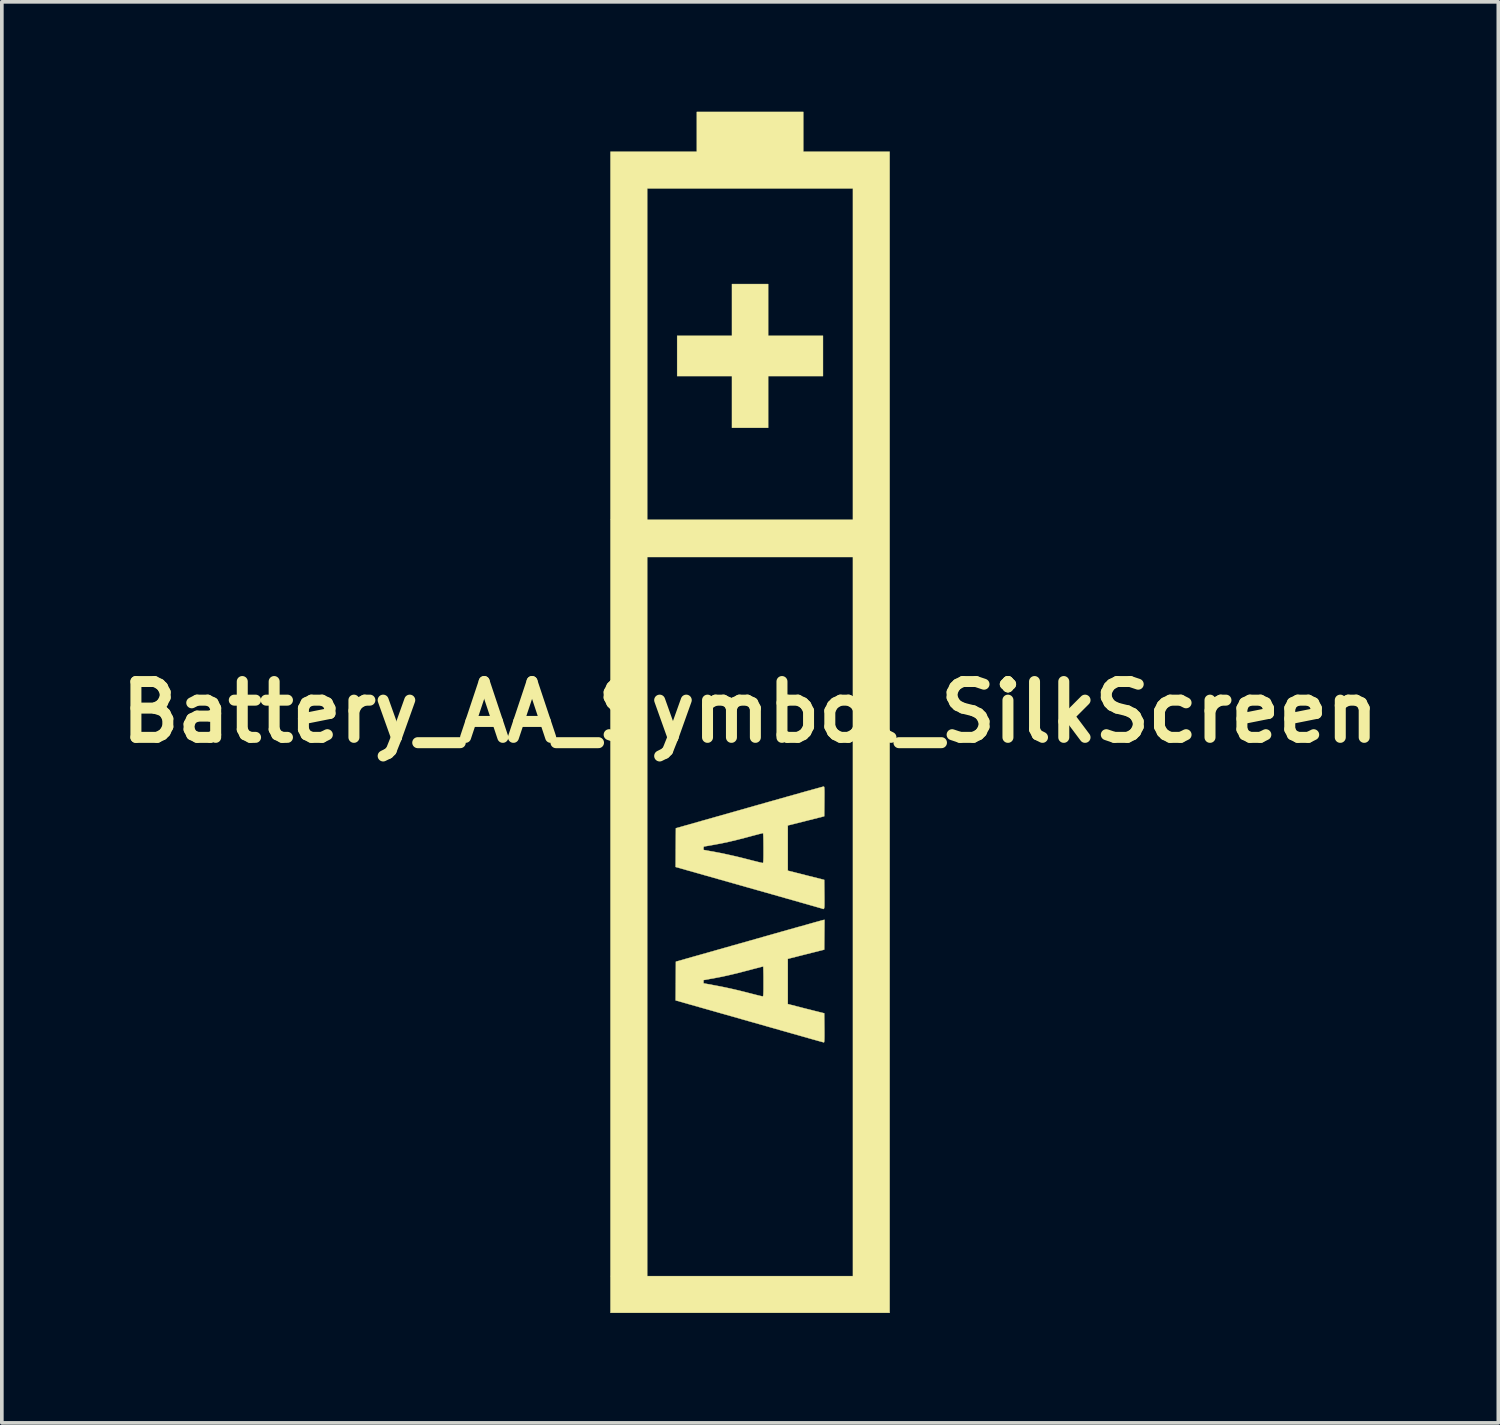
<source format=kicad_pcb>
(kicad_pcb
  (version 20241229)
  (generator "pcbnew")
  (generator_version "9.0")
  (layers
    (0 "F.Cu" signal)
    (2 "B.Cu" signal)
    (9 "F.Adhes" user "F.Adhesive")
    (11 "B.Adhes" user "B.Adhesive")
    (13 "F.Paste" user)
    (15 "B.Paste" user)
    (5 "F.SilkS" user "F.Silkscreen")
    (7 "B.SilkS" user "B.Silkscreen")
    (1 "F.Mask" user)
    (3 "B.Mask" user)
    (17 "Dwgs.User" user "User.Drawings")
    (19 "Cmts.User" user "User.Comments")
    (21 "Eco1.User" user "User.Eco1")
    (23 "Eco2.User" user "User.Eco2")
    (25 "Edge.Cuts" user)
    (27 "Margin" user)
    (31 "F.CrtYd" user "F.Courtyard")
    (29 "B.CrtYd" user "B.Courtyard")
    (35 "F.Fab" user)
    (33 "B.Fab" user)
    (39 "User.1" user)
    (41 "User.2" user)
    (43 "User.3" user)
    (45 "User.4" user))
  (footprint "Battery_AA_Symbol_SilkScreen"
    (layer "F.Cu")
    (at 17.424 16.388)
    (property "Reference" "Battery_AA_Symbol_SilkScreen" (at 0 0 0) (layer "F.SilkS") (effects (font (size 1.524 1.524) (thickness 0.3))))
    (attr through_hole)
    (fp_poly (pts (xy 0.494 -10.273) (xy 1.99 -10.273) (xy 1.99 -9.172) (xy 0.494 -9.172) (xy 0.494 -7.761) (xy -0.494 -7.761) (xy -0.494 -9.172) (xy -1.99 -9.172) (xy -1.99 -10.273) (xy -0.494 -10.273) (xy -0.494 -11.684) (xy 0.494 -11.684) (xy 0.494 -10.273)) (stroke (width 0.01) (type solid)) (fill yes) (layer "F.SilkS"))
    (fp_poly (pts (xy 1.453 -15.296) (xy 3.81 -15.296) (xy 3.81 16.397) (xy -3.81 16.397) (xy -3.81 -4.233) (xy -2.808 -4.233) (xy -2.808 15.395) (xy 2.808 15.395) (xy 2.808 -4.233) (xy -2.808 -4.233) (xy -3.81 -4.233) (xy -3.81 -14.295) (xy -2.808 -14.295) (xy -2.808 -5.249) (xy 2.808 -5.249) (xy 2.808 -14.295) (xy -2.808 -14.295) (xy -3.81 -14.295) (xy -3.81 -15.296) (xy -1.453 -15.296) (xy -1.453 -16.383) (xy 1.453 -16.383) (xy 1.453 -15.296)) (stroke (width 0.01) (type solid)) (fill yes) (layer "F.SilkS"))
    (fp_poly (pts (xy 2.015 2.034) (xy 2.02 2.04) (xy 2.025 2.055) (xy 2.027 2.081) (xy 2.029 2.121) (xy 2.03 2.178) (xy 2.03 2.255) (xy 2.029 2.355) (xy 2.029 2.438) (xy 2.025 2.843) (xy 1.528 2.969) (xy 1.03 3.094) (xy 1.03 4.328) (xy 1.528 4.454) (xy 2.025 4.579) (xy 2.029 4.978) (xy 2.03 5.096) (xy 2.03 5.189) (xy 2.03 5.26) (xy 2.028 5.31) (xy 2.024 5.344) (xy 2.017 5.364) (xy 2.008 5.373) (xy 1.996 5.373) (xy 1.98 5.368) (xy 1.968 5.363) (xy 1.952 5.358) (xy 1.91 5.346) (xy 1.843 5.327) (xy 1.754 5.301) (xy 1.644 5.27) (xy 1.515 5.233) (xy 1.367 5.191) (xy 1.204 5.144) (xy 1.025 5.094) (xy 0.833 5.039) (xy 0.629 4.981) (xy 0.415 4.92) (xy 0.191 4.857) (xy -0.039 4.792) (xy -0.046 4.79) (xy -2.032 4.227) (xy -2.029 3.715) (xy -1.27 3.715) (xy -1.27 3.762) (xy -0.928 3.824) (xy -0.81 3.846) (xy -0.672 3.875) (xy -0.522 3.908) (xy -0.368 3.943) (xy -0.217 3.98) (xy -0.134 4.001) (xy -0.025 4.029) (xy 0.077 4.055) (xy 0.166 4.077) (xy 0.241 4.096) (xy 0.298 4.109) (xy 0.333 4.117) (xy 0.342 4.119) (xy 0.349 4.118) (xy 0.355 4.111) (xy 0.359 4.096) (xy 0.362 4.07) (xy 0.364 4.03) (xy 0.366 3.972) (xy 0.367 3.894) (xy 0.367 3.792) (xy 0.367 3.711) (xy 0.366 3.591) (xy 0.365 3.489) (xy 0.363 3.407) (xy 0.36 3.347) (xy 0.357 3.311) (xy 0.353 3.302) (xy 0.337 3.306) (xy 0.297 3.316) (xy 0.236 3.331) (xy 0.157 3.352) (xy 0.065 3.376) (xy -0.038 3.404) (xy -0.106 3.422) (xy -0.339 3.482) (xy -0.563 3.536) (xy -0.772 3.581) (xy -0.9 3.605) (xy -0.996 3.623) (xy -1.082 3.638) (xy -1.156 3.651) (xy -1.212 3.661) (xy -1.248 3.667) (xy -1.259 3.669) (xy -1.266 3.681) (xy -1.27 3.711) (xy -1.27 3.715) (xy -2.029 3.715) (xy -2.029 3.699) (xy -2.025 3.17) (xy -0.021 2.602) (xy 0.21 2.536) (xy 0.434 2.473) (xy 0.65 2.412) (xy 0.855 2.354) (xy 1.048 2.299) (xy 1.228 2.249) (xy 1.394 2.202) (xy 1.542 2.16) (xy 1.673 2.124) (xy 1.785 2.093) (xy 1.876 2.068) (xy 1.944 2.049) (xy 1.988 2.037) (xy 2.007 2.033) (xy 2.008 2.033) (xy 2.015 2.034)) (stroke (width 0.01) (type solid)) (fill yes) (layer "F.SilkS"))
    (fp_poly (pts (xy 2.025 6.484) (xy 1.528 6.609) (xy 1.03 6.735) (xy 1.03 7.969) (xy 1.365 8.055) (xy 1.47 8.082) (xy 1.576 8.109) (xy 1.677 8.134) (xy 1.767 8.157) (xy 1.839 8.175) (xy 1.863 8.181) (xy 2.025 8.221) (xy 2.029 8.619) (xy 2.03 8.74) (xy 2.03 8.835) (xy 2.029 8.907) (xy 2.027 8.959) (xy 2.024 8.992) (xy 2.02 9.01) (xy 2.015 9.016) (xy 2.015 9.016) (xy 1.999 9.012) (xy 1.957 9) (xy 1.893 8.983) (xy 1.808 8.959) (xy 1.704 8.93) (xy 1.583 8.896) (xy 1.447 8.857) (xy 1.299 8.815) (xy 1.14 8.77) (xy 0.972 8.722) (xy 0.889 8.699) (xy 0.687 8.641) (xy 0.471 8.58) (xy 0.245 8.515) (xy 0.013 8.45) (xy -0.218 8.384) (xy -0.444 8.319) (xy -0.661 8.258) (xy -0.862 8.201) (xy -1.044 8.149) (xy -1.126 8.126) (xy -2.032 7.869) (xy -2.028 7.315) (xy -1.27 7.315) (xy -1.27 7.403) (xy -0.907 7.47) (xy -0.776 7.495) (xy -0.628 7.526) (xy -0.469 7.561) (xy -0.31 7.598) (xy -0.158 7.636) (xy -0.113 7.647) (xy -0.006 7.675) (xy 0.092 7.7) (xy 0.179 7.722) (xy 0.251 7.74) (xy 0.305 7.752) (xy 0.336 7.759) (xy 0.342 7.76) (xy 0.349 7.759) (xy 0.355 7.752) (xy 0.359 7.737) (xy 0.362 7.711) (xy 0.364 7.67) (xy 0.366 7.612) (xy 0.367 7.534) (xy 0.367 7.432) (xy 0.367 7.352) (xy 0.367 7.248) (xy 0.366 7.153) (xy 0.364 7.072) (xy 0.363 7.008) (xy 0.361 6.964) (xy 0.358 6.944) (xy 0.358 6.943) (xy 0.342 6.946) (xy 0.303 6.956) (xy 0.243 6.972) (xy 0.165 6.992) (xy 0.072 7.016) (xy -0.032 7.044) (xy -0.126 7.068) (xy -0.353 7.127) (xy -0.568 7.178) (xy -0.766 7.222) (xy -0.935 7.254) (xy -1.27 7.315) (xy -2.028 7.315) (xy -2.025 6.812) (xy -1.489 6.66) (xy -1.399 6.635) (xy -1.284 6.602) (xy -1.148 6.564) (xy -0.993 6.52) (xy -0.822 6.471) (xy -0.637 6.419) (xy -0.442 6.363) (xy -0.238 6.306) (xy -0.03 6.247) (xy 0.181 6.187) (xy 0.392 6.127) (xy 0.498 6.097) (xy 0.695 6.041) (xy 0.885 5.987) (xy 1.066 5.936) (xy 1.236 5.888) (xy 1.394 5.844) (xy 1.537 5.804) (xy 1.664 5.768) (xy 1.773 5.737) (xy 1.862 5.713) (xy 1.929 5.694) (xy 1.973 5.682) (xy 1.991 5.677) (xy 2.032 5.669) (xy 2.025 6.484)) (stroke (width 0.01) (type solid)) (fill yes) (layer "F.SilkS")))
  (gr_rect
    (start -3 -3)
    (end 37.849 35.79)
    (stroke (width 0.1) (type default))
    (fill no)
    (layer "Edge.Cuts")))
</source>
